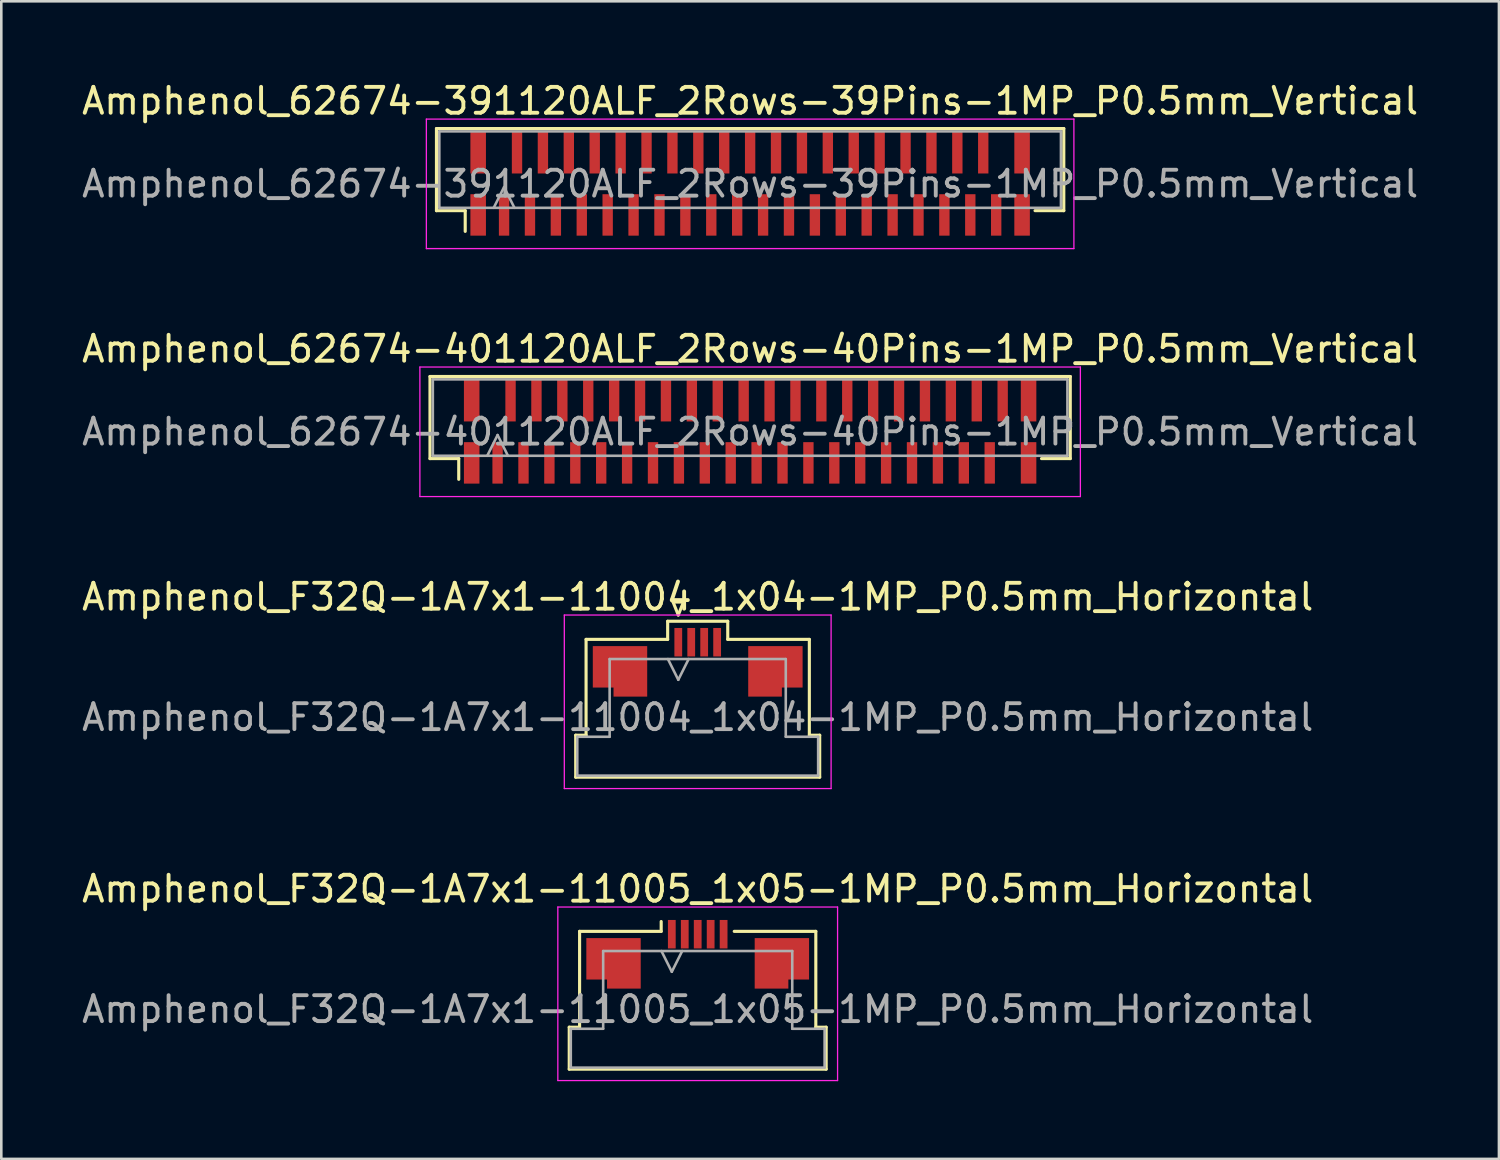
<source format=kicad_pcb>
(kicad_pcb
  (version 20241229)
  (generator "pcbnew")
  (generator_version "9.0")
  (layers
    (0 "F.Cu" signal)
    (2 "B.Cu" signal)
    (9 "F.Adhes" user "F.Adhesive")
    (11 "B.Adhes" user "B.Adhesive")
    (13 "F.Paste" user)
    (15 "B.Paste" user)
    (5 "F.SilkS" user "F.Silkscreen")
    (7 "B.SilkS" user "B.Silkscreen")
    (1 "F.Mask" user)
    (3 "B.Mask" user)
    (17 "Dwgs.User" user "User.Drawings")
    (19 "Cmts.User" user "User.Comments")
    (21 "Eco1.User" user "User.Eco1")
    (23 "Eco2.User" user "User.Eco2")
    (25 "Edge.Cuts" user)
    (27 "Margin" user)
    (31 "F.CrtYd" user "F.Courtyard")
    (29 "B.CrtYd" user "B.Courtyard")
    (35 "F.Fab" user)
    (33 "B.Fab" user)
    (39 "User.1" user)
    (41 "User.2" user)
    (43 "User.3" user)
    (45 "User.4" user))
  (footprint "Amphenol_F32Q-1A7x1-11005_1x05-1MP_P0.5mm_Horizontal"
    (layer "F.Cu")
    (at 23.887 35.918)
    (property "Reference" "Amphenol_F32Q-1A7x1-11005_1x05-1MP_P0.5mm_Horizontal" (at 0 -4.65 0) (layer "F.SilkS") (effects (font (size 1 1) (thickness 0.15))))
    (attr smd)
    (fp_line (start -4.96 0.69) (end -4.56 0.69) (stroke (width 0.12) (type solid)) (layer "F.SilkS"))
    (fp_line (start -4.96 2.31) (end -4.96 0.69) (stroke (width 0.12) (type solid)) (layer "F.SilkS"))
    (fp_line (start -4.56 -3.01) (end -1.41 -3.01) (stroke (width 0.12) (type solid)) (layer "F.SilkS"))
    (fp_line (start -4.56 0.69) (end -4.56 -3.01) (stroke (width 0.12) (type solid)) (layer "F.SilkS"))
    (fp_line (start -1.41 -3.01) (end -1.41 -3.39) (stroke (width 0.12) (type solid)) (layer "F.SilkS"))
    (fp_line (start 1.41 -3.01) (end 4.56 -3.01) (stroke (width 0.12) (type solid)) (layer "F.SilkS"))
    (fp_line (start 4.56 -3.01) (end 4.56 0.69) (stroke (width 0.12) (type solid)) (layer "F.SilkS"))
    (fp_line (start 4.56 0.69) (end 4.96 0.69) (stroke (width 0.12) (type solid)) (layer "F.SilkS"))
    (fp_line (start 4.96 0.69) (end 4.96 2.31) (stroke (width 0.12) (type solid)) (layer "F.SilkS"))
    (fp_line (start 4.96 2.31) (end -4.96 2.31) (stroke (width 0.12) (type solid)) (layer "F.SilkS"))
    (fp_line (start -5.4 -3.95) (end -5.4 2.75) (stroke (width 0.05) (type solid)) (layer "F.CrtYd"))
    (fp_line (start -5.4 2.75) (end 5.4 2.75) (stroke (width 0.05) (type solid)) (layer "F.CrtYd"))
    (fp_line (start 5.4 -3.95) (end -5.4 -3.95) (stroke (width 0.05) (type solid)) (layer "F.CrtYd"))
    (fp_line (start 5.4 2.75) (end 5.4 -3.95) (stroke (width 0.05) (type solid)) (layer "F.CrtYd"))
    (fp_line (start -4.9 0.75) (end -3.65 0.75) (stroke (width 0.1) (type solid)) (layer "F.Fab"))
    (fp_line (start -4.9 2.25) (end -4.9 0.75) (stroke (width 0.1) (type solid)) (layer "F.Fab"))
    (fp_line (start -3.65 -2.25) (end 3.65 -2.25) (stroke (width 0.1) (type solid)) (layer "F.Fab"))
    (fp_line (start -3.65 0.75) (end -3.65 -2.25) (stroke (width 0.1) (type solid)) (layer "F.Fab"))
    (fp_line (start -1.4 -2.25) (end -1 -1.45) (stroke (width 0.1) (type solid)) (layer "F.Fab"))
    (fp_line (start -1 -1.45) (end -0.6 -2.25) (stroke (width 0.1) (type solid)) (layer "F.Fab"))
    (fp_line (start 3.65 -2.25) (end 3.65 0.75) (stroke (width 0.1) (type solid)) (layer "F.Fab"))
    (fp_line (start 3.65 0.75) (end 4.9 0.75) (stroke (width 0.1) (type solid)) (layer "F.Fab"))
    (fp_line (start 4.9 0.75) (end 4.9 2.25) (stroke (width 0.1) (type solid)) (layer "F.Fab"))
    (fp_line (start 4.9 2.25) (end -4.9 2.25) (stroke (width 0.1) (type solid)) (layer "F.Fab"))
    (fp_text user "${REFERENCE}" (at 0 0 0) (layer "F.Fab") (effects (font (size 1 1) (thickness 0.15))))
    (pad "1" smd rect (at -1 -2.9) (size 0.3 1.1) (layers "F.Cu" "F.Mask" "F.Paste"))
    (pad "2" smd rect (at -0.5 -2.9) (size 0.3 1.1) (layers "F.Cu" "F.Mask" "F.Paste"))
    (pad "3" smd rect (at 0 -2.9) (size 0.3 1.1) (layers "F.Cu" "F.Mask" "F.Paste"))
    (pad "4" smd rect (at 0.5 -2.9) (size 0.3 1.1) (layers "F.Cu" "F.Mask" "F.Paste"))
    (pad "5" smd rect (at 1 -2.9) (size 0.3 1.1) (layers "F.Cu" "F.Mask" "F.Paste"))
    (pad "MP" smd custom (at -3.25 -1.775) (size 1 1) (layers "F.Cu" "F.Mask" "F.Paste") (options (anchor circle)) (primitives (gr_poly (pts (xy 1.05 -0.975) (xy 1.05 0.975) (xy -0.25 0.975) (xy -0.25 0.625) (xy -1.05 0.625) (xy -1.05 -0.975) (xy 1.05 -0.975)) (width 0) (fill yes))))
    (pad "MP" smd custom (at 3.25 -1.775) (size 1 1) (layers "F.Cu" "F.Mask" "F.Paste") (options (anchor circle)) (primitives (gr_poly (pts (xy -1.05 -0.975) (xy -1.05 0.975) (xy 0.25 0.975) (xy 0.25 0.625) (xy 1.05 0.625) (xy 1.05 -0.975) (xy -1.05 -0.975)) (width 0) (fill yes)))))
  (footprint "Amphenol_62674-391120ALF_2Rows-39Pins-1MP_P0.5mm_Vertical"
    (layer "F.Cu")
    (at 25.911 4.048)
    (property "Reference" "Amphenol_62674-391120ALF_2Rows-39Pins-1MP_P0.5mm_Vertical" (at 0 -3.2 0) (layer "F.SilkS") (effects (font (size 1 1) (thickness 0.15))))
    (attr smd)
    (fp_line (start -12.11 -2.135) (end -12.11 1.035) (stroke (width 0.12) (type solid)) (layer "F.SilkS"))
    (fp_line (start -12.11 1.035) (end -11 1.035) (stroke (width 0.12) (type solid)) (layer "F.SilkS"))
    (fp_line (start -11 1.035) (end -11 1.835) (stroke (width 0.12) (type solid)) (layer "F.SilkS"))
    (fp_line (start 11 1.035) (end 12.11 1.035) (stroke (width 0.12) (type solid)) (layer "F.SilkS"))
    (fp_line (start 12.11 -2.135) (end -12.11 -2.135) (stroke (width 0.12) (type solid)) (layer "F.SilkS"))
    (fp_line (start 12.11 1.035) (end 12.11 -2.135) (stroke (width 0.12) (type solid)) (layer "F.SilkS"))
    (fp_line (start -12.5 -2.5) (end 12.5 -2.5) (stroke (width 0.05) (type solid)) (layer "F.CrtYd"))
    (fp_line (start -12.5 2.5) (end -12.5 -2.5) (stroke (width 0.05) (type solid)) (layer "F.CrtYd"))
    (fp_line (start 12.5 -2.5) (end 12.5 2.5) (stroke (width 0.05) (type solid)) (layer "F.CrtYd"))
    (fp_line (start 12.5 2.5) (end -12.5 2.5) (stroke (width 0.05) (type solid)) (layer "F.CrtYd"))
    (fp_line (start -12 -2.025) (end -12 0.925) (stroke (width 0.1) (type solid)) (layer "F.Fab"))
    (fp_line (start -12 0.925) (end 12 0.925) (stroke (width 0.1) (type solid)) (layer "F.Fab"))
    (fp_line (start -9.9 0.925) (end -9.5 0.125) (stroke (width 0.1) (type solid)) (layer "F.Fab"))
    (fp_line (start -9.5 0.125) (end -9.1 0.925) (stroke (width 0.1) (type solid)) (layer "F.Fab"))
    (fp_line (start 12 -2.025) (end -12 -2.025) (stroke (width 0.1) (type solid)) (layer "F.Fab"))
    (fp_line (start 12 0.925) (end 12 -2.025) (stroke (width 0.1) (type solid)) (layer "F.Fab"))
    (fp_text user "${REFERENCE}" (at 0 0 0) (layer "F.Fab") (effects (font (size 1 1) (thickness 0.15))))
    (pad "1" smd rect (at -9.5 1.2) (size 0.4 1.6) (layers "F.Cu" "F.Mask" "F.Paste"))
    (pad "2" smd rect (at -9 -1.2) (size 0.4 1.6) (layers "F.Cu" "F.Mask" "F.Paste"))
    (pad "3" smd rect (at -8.5 1.2) (size 0.4 1.6) (layers "F.Cu" "F.Mask" "F.Paste"))
    (pad "4" smd rect (at -8 -1.2) (size 0.4 1.6) (layers "F.Cu" "F.Mask" "F.Paste"))
    (pad "5" smd rect (at -7.5 1.2) (size 0.4 1.6) (layers "F.Cu" "F.Mask" "F.Paste"))
    (pad "6" smd rect (at -7 -1.2) (size 0.4 1.6) (layers "F.Cu" "F.Mask" "F.Paste"))
    (pad "7" smd rect (at -6.5 1.2) (size 0.4 1.6) (layers "F.Cu" "F.Mask" "F.Paste"))
    (pad "8" smd rect (at -6 -1.2) (size 0.4 1.6) (layers "F.Cu" "F.Mask" "F.Paste"))
    (pad "9" smd rect (at -5.5 1.2) (size 0.4 1.6) (layers "F.Cu" "F.Mask" "F.Paste"))
    (pad "10" smd rect (at -5 -1.2) (size 0.4 1.6) (layers "F.Cu" "F.Mask" "F.Paste"))
    (pad "11" smd rect (at -4.5 1.2) (size 0.4 1.6) (layers "F.Cu" "F.Mask" "F.Paste"))
    (pad "12" smd rect (at -4 -1.2) (size 0.4 1.6) (layers "F.Cu" "F.Mask" "F.Paste"))
    (pad "13" smd rect (at -3.5 1.2) (size 0.4 1.6) (layers "F.Cu" "F.Mask" "F.Paste"))
    (pad "14" smd rect (at -3 -1.2) (size 0.4 1.6) (layers "F.Cu" "F.Mask" "F.Paste"))
    (pad "15" smd rect (at -2.5 1.2) (size 0.4 1.6) (layers "F.Cu" "F.Mask" "F.Paste"))
    (pad "16" smd rect (at -2 -1.2) (size 0.4 1.6) (layers "F.Cu" "F.Mask" "F.Paste"))
    (pad "17" smd rect (at -1.5 1.2) (size 0.4 1.6) (layers "F.Cu" "F.Mask" "F.Paste"))
    (pad "18" smd rect (at -1 -1.2) (size 0.4 1.6) (layers "F.Cu" "F.Mask" "F.Paste"))
    (pad "19" smd rect (at -0.5 1.2) (size 0.4 1.6) (layers "F.Cu" "F.Mask" "F.Paste"))
    (pad "20" smd rect (at 0 -1.2) (size 0.4 1.6) (layers "F.Cu" "F.Mask" "F.Paste"))
    (pad "21" smd rect (at 0.5 1.2) (size 0.4 1.6) (layers "F.Cu" "F.Mask" "F.Paste"))
    (pad "22" smd rect (at 1 -1.2) (size 0.4 1.6) (layers "F.Cu" "F.Mask" "F.Paste"))
    (pad "23" smd rect (at 1.5 1.2) (size 0.4 1.6) (layers "F.Cu" "F.Mask" "F.Paste"))
    (pad "24" smd rect (at 2 -1.2) (size 0.4 1.6) (layers "F.Cu" "F.Mask" "F.Paste"))
    (pad "25" smd rect (at 2.5 1.2) (size 0.4 1.6) (layers "F.Cu" "F.Mask" "F.Paste"))
    (pad "26" smd rect (at 3 -1.2) (size 0.4 1.6) (layers "F.Cu" "F.Mask" "F.Paste"))
    (pad "27" smd rect (at 3.5 1.2) (size 0.4 1.6) (layers "F.Cu" "F.Mask" "F.Paste"))
    (pad "28" smd rect (at 4 -1.2) (size 0.4 1.6) (layers "F.Cu" "F.Mask" "F.Paste"))
    (pad "29" smd rect (at 4.5 1.2) (size 0.4 1.6) (layers "F.Cu" "F.Mask" "F.Paste"))
    (pad "30" smd rect (at 5 -1.2) (size 0.4 1.6) (layers "F.Cu" "F.Mask" "F.Paste"))
    (pad "31" smd rect (at 5.5 1.2) (size 0.4 1.6) (layers "F.Cu" "F.Mask" "F.Paste"))
    (pad "32" smd rect (at 6 -1.2) (size 0.4 1.6) (layers "F.Cu" "F.Mask" "F.Paste"))
    (pad "33" smd rect (at 6.5 1.2) (size 0.4 1.6) (layers "F.Cu" "F.Mask" "F.Paste"))
    (pad "34" smd rect (at 7 -1.2) (size 0.4 1.6) (layers "F.Cu" "F.Mask" "F.Paste"))
    (pad "35" smd rect (at 7.5 1.2) (size 0.4 1.6) (layers "F.Cu" "F.Mask" "F.Paste"))
    (pad "36" smd rect (at 8 -1.2) (size 0.4 1.6) (layers "F.Cu" "F.Mask" "F.Paste"))
    (pad "37" smd rect (at 8.5 1.2) (size 0.4 1.6) (layers "F.Cu" "F.Mask" "F.Paste"))
    (pad "38" smd rect (at 9 -1.2) (size 0.4 1.6) (layers "F.Cu" "F.Mask" "F.Paste"))
    (pad "39" smd rect (at 9.5 1.2) (size 0.4 1.6) (layers "F.Cu" "F.Mask" "F.Paste"))
    (pad "MP" smd rect (at -10.5 -1.2) (size 0.6 1.6) (layers "F.Cu" "F.Mask" "F.Paste"))
    (pad "MP" smd rect (at -10.5 1.2) (size 0.6 1.6) (layers "F.Cu" "F.Mask" "F.Paste"))
    (pad "MP" smd rect (at 10.5 -1.2) (size 0.6 1.6) (layers "F.Cu" "F.Mask" "F.Paste"))
    (pad "MP" smd rect (at 10.5 1.2) (size 0.6 1.6) (layers "F.Cu" "F.Mask" "F.Paste")))
  (footprint "Amphenol_62674-401120ALF_2Rows-40Pins-1MP_P0.5mm_Vertical"
    (layer "F.Cu")
    (at 25.911 13.621)
    (property "Reference" "Amphenol_62674-401120ALF_2Rows-40Pins-1MP_P0.5mm_Vertical" (at 0 -3.2 0) (layer "F.SilkS") (effects (font (size 1 1) (thickness 0.15))))
    (attr smd)
    (fp_line (start -12.36 -2.135) (end -12.36 1.035) (stroke (width 0.12) (type solid)) (layer "F.SilkS"))
    (fp_line (start -12.36 1.035) (end -11.25 1.035) (stroke (width 0.12) (type solid)) (layer "F.SilkS"))
    (fp_line (start -11.25 1.035) (end -11.25 1.835) (stroke (width 0.12) (type solid)) (layer "F.SilkS"))
    (fp_line (start 11.25 1.035) (end 12.36 1.035) (stroke (width 0.12) (type solid)) (layer "F.SilkS"))
    (fp_line (start 12.36 -2.135) (end -12.36 -2.135) (stroke (width 0.12) (type solid)) (layer "F.SilkS"))
    (fp_line (start 12.36 1.035) (end 12.36 -2.135) (stroke (width 0.12) (type solid)) (layer "F.SilkS"))
    (fp_line (start -12.75 -2.5) (end 12.75 -2.5) (stroke (width 0.05) (type solid)) (layer "F.CrtYd"))
    (fp_line (start -12.75 2.5) (end -12.75 -2.5) (stroke (width 0.05) (type solid)) (layer "F.CrtYd"))
    (fp_line (start 12.75 -2.5) (end 12.75 2.5) (stroke (width 0.05) (type solid)) (layer "F.CrtYd"))
    (fp_line (start 12.75 2.5) (end -12.75 2.5) (stroke (width 0.05) (type solid)) (layer "F.CrtYd"))
    (fp_line (start -12.25 -2.025) (end -12.25 0.925) (stroke (width 0.1) (type solid)) (layer "F.Fab"))
    (fp_line (start -12.25 0.925) (end 12.25 0.925) (stroke (width 0.1) (type solid)) (layer "F.Fab"))
    (fp_line (start -10.15 0.925) (end -9.75 0.125) (stroke (width 0.1) (type solid)) (layer "F.Fab"))
    (fp_line (start -9.75 0.125) (end -9.35 0.925) (stroke (width 0.1) (type solid)) (layer "F.Fab"))
    (fp_line (start 12.25 -2.025) (end -12.25 -2.025) (stroke (width 0.1) (type solid)) (layer "F.Fab"))
    (fp_line (start 12.25 0.925) (end 12.25 -2.025) (stroke (width 0.1) (type solid)) (layer "F.Fab"))
    (fp_text user "${REFERENCE}" (at 0 0 0) (layer "F.Fab") (effects (font (size 1 1) (thickness 0.15))))
    (pad "1" smd rect (at -9.75 1.2) (size 0.4 1.6) (layers "F.Cu" "F.Mask" "F.Paste"))
    (pad "2" smd rect (at -9.25 -1.2) (size 0.4 1.6) (layers "F.Cu" "F.Mask" "F.Paste"))
    (pad "3" smd rect (at -8.75 1.2) (size 0.4 1.6) (layers "F.Cu" "F.Mask" "F.Paste"))
    (pad "4" smd rect (at -8.25 -1.2) (size 0.4 1.6) (layers "F.Cu" "F.Mask" "F.Paste"))
    (pad "5" smd rect (at -7.75 1.2) (size 0.4 1.6) (layers "F.Cu" "F.Mask" "F.Paste"))
    (pad "6" smd rect (at -7.25 -1.2) (size 0.4 1.6) (layers "F.Cu" "F.Mask" "F.Paste"))
    (pad "7" smd rect (at -6.75 1.2) (size 0.4 1.6) (layers "F.Cu" "F.Mask" "F.Paste"))
    (pad "8" smd rect (at -6.25 -1.2) (size 0.4 1.6) (layers "F.Cu" "F.Mask" "F.Paste"))
    (pad "9" smd rect (at -5.75 1.2) (size 0.4 1.6) (layers "F.Cu" "F.Mask" "F.Paste"))
    (pad "10" smd rect (at -5.25 -1.2) (size 0.4 1.6) (layers "F.Cu" "F.Mask" "F.Paste"))
    (pad "11" smd rect (at -4.75 1.2) (size 0.4 1.6) (layers "F.Cu" "F.Mask" "F.Paste"))
    (pad "12" smd rect (at -4.25 -1.2) (size 0.4 1.6) (layers "F.Cu" "F.Mask" "F.Paste"))
    (pad "13" smd rect (at -3.75 1.2) (size 0.4 1.6) (layers "F.Cu" "F.Mask" "F.Paste"))
    (pad "14" smd rect (at -3.25 -1.2) (size 0.4 1.6) (layers "F.Cu" "F.Mask" "F.Paste"))
    (pad "15" smd rect (at -2.75 1.2) (size 0.4 1.6) (layers "F.Cu" "F.Mask" "F.Paste"))
    (pad "16" smd rect (at -2.25 -1.2) (size 0.4 1.6) (layers "F.Cu" "F.Mask" "F.Paste"))
    (pad "17" smd rect (at -1.75 1.2) (size 0.4 1.6) (layers "F.Cu" "F.Mask" "F.Paste"))
    (pad "18" smd rect (at -1.25 -1.2) (size 0.4 1.6) (layers "F.Cu" "F.Mask" "F.Paste"))
    (pad "19" smd rect (at -0.75 1.2) (size 0.4 1.6) (layers "F.Cu" "F.Mask" "F.Paste"))
    (pad "20" smd rect (at -0.25 -1.2) (size 0.4 1.6) (layers "F.Cu" "F.Mask" "F.Paste"))
    (pad "21" smd rect (at 0.25 1.2) (size 0.4 1.6) (layers "F.Cu" "F.Mask" "F.Paste"))
    (pad "22" smd rect (at 0.75 -1.2) (size 0.4 1.6) (layers "F.Cu" "F.Mask" "F.Paste"))
    (pad "23" smd rect (at 1.25 1.2) (size 0.4 1.6) (layers "F.Cu" "F.Mask" "F.Paste"))
    (pad "24" smd rect (at 1.75 -1.2) (size 0.4 1.6) (layers "F.Cu" "F.Mask" "F.Paste"))
    (pad "25" smd rect (at 2.25 1.2) (size 0.4 1.6) (layers "F.Cu" "F.Mask" "F.Paste"))
    (pad "26" smd rect (at 2.75 -1.2) (size 0.4 1.6) (layers "F.Cu" "F.Mask" "F.Paste"))
    (pad "27" smd rect (at 3.25 1.2) (size 0.4 1.6) (layers "F.Cu" "F.Mask" "F.Paste"))
    (pad "28" smd rect (at 3.75 -1.2) (size 0.4 1.6) (layers "F.Cu" "F.Mask" "F.Paste"))
    (pad "29" smd rect (at 4.25 1.2) (size 0.4 1.6) (layers "F.Cu" "F.Mask" "F.Paste"))
    (pad "30" smd rect (at 4.75 -1.2) (size 0.4 1.6) (layers "F.Cu" "F.Mask" "F.Paste"))
    (pad "31" smd rect (at 5.25 1.2) (size 0.4 1.6) (layers "F.Cu" "F.Mask" "F.Paste"))
    (pad "32" smd rect (at 5.75 -1.2) (size 0.4 1.6) (layers "F.Cu" "F.Mask" "F.Paste"))
    (pad "33" smd rect (at 6.25 1.2) (size 0.4 1.6) (layers "F.Cu" "F.Mask" "F.Paste"))
    (pad "34" smd rect (at 6.75 -1.2) (size 0.4 1.6) (layers "F.Cu" "F.Mask" "F.Paste"))
    (pad "35" smd rect (at 7.25 1.2) (size 0.4 1.6) (layers "F.Cu" "F.Mask" "F.Paste"))
    (pad "36" smd rect (at 7.75 -1.2) (size 0.4 1.6) (layers "F.Cu" "F.Mask" "F.Paste"))
    (pad "37" smd rect (at 8.25 1.2) (size 0.4 1.6) (layers "F.Cu" "F.Mask" "F.Paste"))
    (pad "38" smd rect (at 8.75 -1.2) (size 0.4 1.6) (layers "F.Cu" "F.Mask" "F.Paste"))
    (pad "39" smd rect (at 9.25 1.2) (size 0.4 1.6) (layers "F.Cu" "F.Mask" "F.Paste"))
    (pad "40" smd rect (at 9.75 -1.2) (size 0.4 1.6) (layers "F.Cu" "F.Mask" "F.Paste"))
    (pad "MP" smd rect (at -10.75 -1.2) (size 0.6 1.6) (layers "F.Cu" "F.Mask" "F.Paste"))
    (pad "MP" smd rect (at -10.75 1.2) (size 0.6 1.6) (layers "F.Cu" "F.Mask" "F.Paste"))
    (pad "MP" smd rect (at 10.75 -1.2) (size 0.6 1.6) (layers "F.Cu" "F.Mask" "F.Paste"))
    (pad "MP" smd rect (at 10.75 1.2) (size 0.6 1.6) (layers "F.Cu" "F.Mask" "F.Paste")))
  (footprint "Amphenol_F32Q-1A7x1-11004_1x04-1MP_P0.5mm_Horizontal"
    (layer "F.Cu")
    (at 23.887 24.645)
    (property "Reference" "Amphenol_F32Q-1A7x1-11004_1x04-1MP_P0.5mm_Horizontal" (at 0 -4.65 0) (layer "F.SilkS") (effects (font (size 1 1) (thickness 0.15))))
    (attr smd)
    (fp_line (start -4.71 0.69) (end -4.31 0.69) (stroke (width 0.12) (type solid)) (layer "F.SilkS"))
    (fp_line (start -4.71 2.31) (end -4.71 0.69) (stroke (width 0.12) (type solid)) (layer "F.SilkS"))
    (fp_line (start -4.31 -3.01) (end -1.16 -3.01) (stroke (width 0.12) (type solid)) (layer "F.SilkS"))
    (fp_line (start -4.31 0.69) (end -4.31 -3.01) (stroke (width 0.12) (type solid)) (layer "F.SilkS"))
    (fp_line (start -1.16 -3.71) (end 1.16 -3.71) (stroke (width 0.12) (type solid)) (layer "F.SilkS"))
    (fp_line (start -1.16 -3.01) (end -1.16 -3.71) (stroke (width 0.12) (type solid)) (layer "F.SilkS"))
    (fp_line (start -0.95 -4.45) (end -0.75 -3.95) (stroke (width 0.12) (type solid)) (layer "F.SilkS"))
    (fp_line (start -0.75 -3.95) (end -0.55 -4.45) (stroke (width 0.12) (type solid)) (layer "F.SilkS"))
    (fp_line (start -0.55 -4.45) (end -0.95 -4.45) (stroke (width 0.12) (type solid)) (layer "F.SilkS"))
    (fp_line (start 1.16 -3.71) (end 1.16 -3.01) (stroke (width 0.12) (type solid)) (layer "F.SilkS"))
    (fp_line (start 1.16 -3.01) (end 4.31 -3.01) (stroke (width 0.12) (type solid)) (layer "F.SilkS"))
    (fp_line (start 4.31 -3.01) (end 4.31 0.69) (stroke (width 0.12) (type solid)) (layer "F.SilkS"))
    (fp_line (start 4.31 0.69) (end 4.71 0.69) (stroke (width 0.12) (type solid)) (layer "F.SilkS"))
    (fp_line (start 4.71 0.69) (end 4.71 2.31) (stroke (width 0.12) (type solid)) (layer "F.SilkS"))
    (fp_line (start 4.71 2.31) (end -4.71 2.31) (stroke (width 0.12) (type solid)) (layer "F.SilkS"))
    (fp_line (start -5.15 -3.95) (end -5.15 2.75) (stroke (width 0.05) (type solid)) (layer "F.CrtYd"))
    (fp_line (start -5.15 2.75) (end 5.15 2.75) (stroke (width 0.05) (type solid)) (layer "F.CrtYd"))
    (fp_line (start 5.15 -3.95) (end -5.15 -3.95) (stroke (width 0.05) (type solid)) (layer "F.CrtYd"))
    (fp_line (start 5.15 2.75) (end 5.15 -3.95) (stroke (width 0.05) (type solid)) (layer "F.CrtYd"))
    (fp_line (start -4.65 0.75) (end -3.4 0.75) (stroke (width 0.1) (type solid)) (layer "F.Fab"))
    (fp_line (start -4.65 2.25) (end -4.65 0.75) (stroke (width 0.1) (type solid)) (layer "F.Fab"))
    (fp_line (start -3.4 -2.25) (end 3.4 -2.25) (stroke (width 0.1) (type solid)) (layer "F.Fab"))
    (fp_line (start -3.4 0.75) (end -3.4 -2.25) (stroke (width 0.1) (type solid)) (layer "F.Fab"))
    (fp_line (start -1.15 -2.25) (end -0.75 -1.45) (stroke (width 0.1) (type solid)) (layer "F.Fab"))
    (fp_line (start -0.75 -1.45) (end -0.35 -2.25) (stroke (width 0.1) (type solid)) (layer "F.Fab"))
    (fp_line (start 3.4 -2.25) (end 3.4 0.75) (stroke (width 0.1) (type solid)) (layer "F.Fab"))
    (fp_line (start 3.4 0.75) (end 4.65 0.75) (stroke (width 0.1) (type solid)) (layer "F.Fab"))
    (fp_line (start 4.65 0.75) (end 4.65 2.25) (stroke (width 0.1) (type solid)) (layer "F.Fab"))
    (fp_line (start 4.65 2.25) (end -4.65 2.25) (stroke (width 0.1) (type solid)) (layer "F.Fab"))
    (fp_text user "${REFERENCE}" (at 0 0 0) (layer "F.Fab") (effects (font (size 1 1) (thickness 0.15))))
    (pad "1" smd rect (at -0.75 -2.9) (size 0.3 1.1) (layers "F.Cu" "F.Mask" "F.Paste"))
    (pad "2" smd rect (at -0.25 -2.9) (size 0.3 1.1) (layers "F.Cu" "F.Mask" "F.Paste"))
    (pad "3" smd rect (at 0.25 -2.9) (size 0.3 1.1) (layers "F.Cu" "F.Mask" "F.Paste"))
    (pad "4" smd rect (at 0.75 -2.9) (size 0.3 1.1) (layers "F.Cu" "F.Mask" "F.Paste"))
    (pad "MP" smd custom (at -3 -1.775) (size 1 1) (layers "F.Cu" "F.Mask" "F.Paste") (options (anchor circle)) (primitives (gr_poly (pts (xy 1.05 -0.975) (xy 1.05 0.975) (xy -0.25 0.975) (xy -0.25 0.625) (xy -1.05 0.625) (xy -1.05 -0.975) (xy 1.05 -0.975)) (width 0) (fill yes))))
    (pad "MP" smd custom (at 3 -1.775) (size 1 1) (layers "F.Cu" "F.Mask" "F.Paste") (options (anchor circle)) (primitives (gr_poly (pts (xy -1.05 -0.975) (xy -1.05 0.975) (xy 0.25 0.975) (xy 0.25 0.625) (xy 1.05 0.625) (xy 1.05 -0.975) (xy -1.05 -0.975)) (width 0) (fill yes)))))
  (gr_rect
    (start -3 -3)
    (end 54.821 41.693)
    (stroke (width 0.1) (type default))
    (fill no)
    (layer "Edge.Cuts")))
</source>
